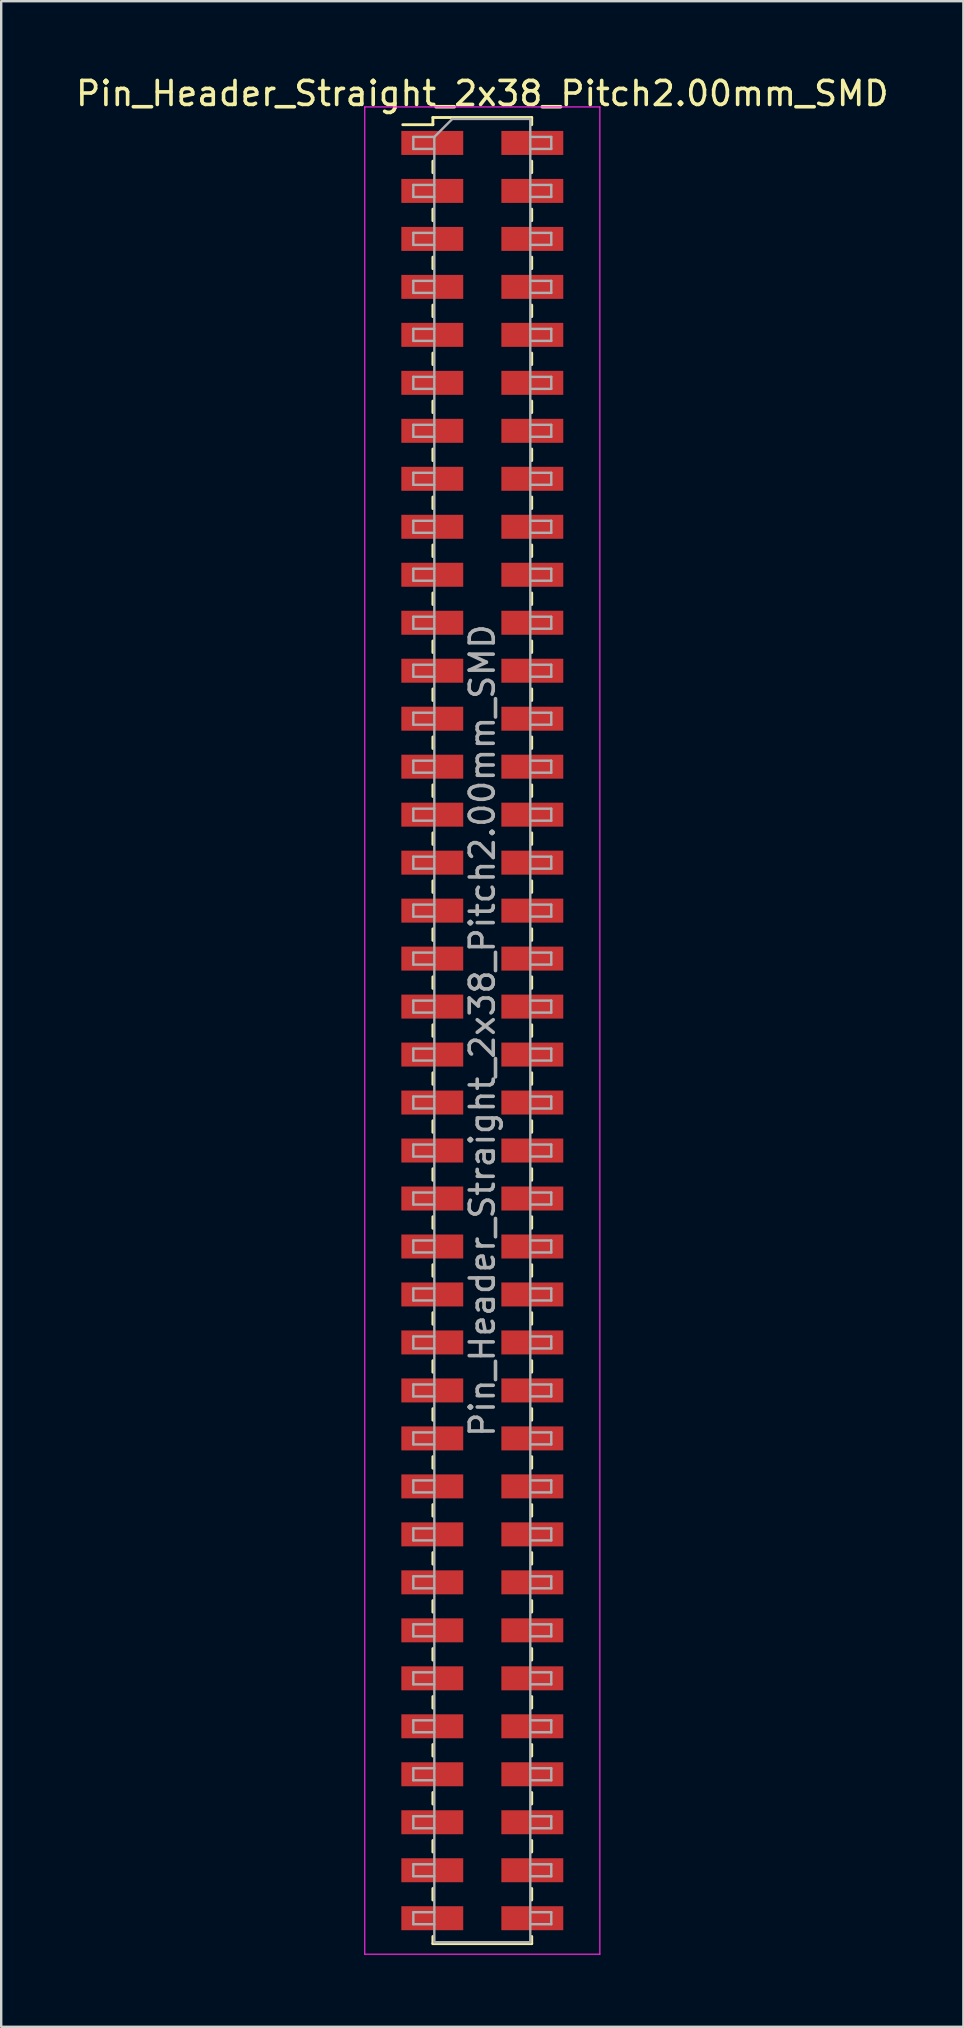
<source format=kicad_pcb>
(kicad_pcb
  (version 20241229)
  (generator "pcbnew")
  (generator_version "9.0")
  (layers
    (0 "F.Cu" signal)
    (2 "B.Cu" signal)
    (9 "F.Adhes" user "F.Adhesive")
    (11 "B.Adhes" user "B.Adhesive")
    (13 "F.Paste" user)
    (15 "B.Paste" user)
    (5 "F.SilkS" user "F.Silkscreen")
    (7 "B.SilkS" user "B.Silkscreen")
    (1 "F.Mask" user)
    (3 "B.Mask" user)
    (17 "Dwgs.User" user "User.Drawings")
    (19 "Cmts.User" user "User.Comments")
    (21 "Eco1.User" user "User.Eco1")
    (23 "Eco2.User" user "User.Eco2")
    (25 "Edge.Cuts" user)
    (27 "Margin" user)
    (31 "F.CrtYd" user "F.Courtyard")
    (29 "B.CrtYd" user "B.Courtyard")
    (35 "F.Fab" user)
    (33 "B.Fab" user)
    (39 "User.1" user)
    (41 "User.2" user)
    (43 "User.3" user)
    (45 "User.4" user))
  (footprint "Pin_Header_Straight_2x38_Pitch2.00mm_SMD"
    (layer "F.Cu")
    (at 17.054 39.908)
    (property "Reference" "Pin_Header_Straight_2x38_Pitch2.00mm_SMD" (at 0 -39.06 0) (layer "F.SilkS") (effects (font (size 1 1) (thickness 0.15))))
    (attr smd)
    (fp_line (start -3.315 -37.76) (end -2.06 -37.76) (stroke (width 0.12) (type solid)) (layer "F.SilkS"))
    (fp_line (start -2.06 -38.06) (end -2.06 -37.76) (stroke (width 0.12) (type solid)) (layer "F.SilkS"))
    (fp_line (start -2.06 -38.06) (end 2.06 -38.06) (stroke (width 0.12) (type solid)) (layer "F.SilkS"))
    (fp_line (start -2.06 -36.24) (end -2.06 -35.76) (stroke (width 0.12) (type solid)) (layer "F.SilkS"))
    (fp_line (start -2.06 -34.24) (end -2.06 -33.76) (stroke (width 0.12) (type solid)) (layer "F.SilkS"))
    (fp_line (start -2.06 -32.24) (end -2.06 -31.76) (stroke (width 0.12) (type solid)) (layer "F.SilkS"))
    (fp_line (start -2.06 -30.24) (end -2.06 -29.76) (stroke (width 0.12) (type solid)) (layer "F.SilkS"))
    (fp_line (start -2.06 -28.24) (end -2.06 -27.76) (stroke (width 0.12) (type solid)) (layer "F.SilkS"))
    (fp_line (start -2.06 -26.24) (end -2.06 -25.76) (stroke (width 0.12) (type solid)) (layer "F.SilkS"))
    (fp_line (start -2.06 -24.24) (end -2.06 -23.76) (stroke (width 0.12) (type solid)) (layer "F.SilkS"))
    (fp_line (start -2.06 -22.24) (end -2.06 -21.76) (stroke (width 0.12) (type solid)) (layer "F.SilkS"))
    (fp_line (start -2.06 -20.24) (end -2.06 -19.76) (stroke (width 0.12) (type solid)) (layer "F.SilkS"))
    (fp_line (start -2.06 -18.24) (end -2.06 -17.76) (stroke (width 0.12) (type solid)) (layer "F.SilkS"))
    (fp_line (start -2.06 -16.24) (end -2.06 -15.76) (stroke (width 0.12) (type solid)) (layer "F.SilkS"))
    (fp_line (start -2.06 -14.24) (end -2.06 -13.76) (stroke (width 0.12) (type solid)) (layer "F.SilkS"))
    (fp_line (start -2.06 -12.24) (end -2.06 -11.76) (stroke (width 0.12) (type solid)) (layer "F.SilkS"))
    (fp_line (start -2.06 -10.24) (end -2.06 -9.76) (stroke (width 0.12) (type solid)) (layer "F.SilkS"))
    (fp_line (start -2.06 -8.24) (end -2.06 -7.76) (stroke (width 0.12) (type solid)) (layer "F.SilkS"))
    (fp_line (start -2.06 -6.24) (end -2.06 -5.76) (stroke (width 0.12) (type solid)) (layer "F.SilkS"))
    (fp_line (start -2.06 -4.24) (end -2.06 -3.76) (stroke (width 0.12) (type solid)) (layer "F.SilkS"))
    (fp_line (start -2.06 -2.24) (end -2.06 -1.76) (stroke (width 0.12) (type solid)) (layer "F.SilkS"))
    (fp_line (start -2.06 -0.24) (end -2.06 0.24) (stroke (width 0.12) (type solid)) (layer "F.SilkS"))
    (fp_line (start -2.06 1.76) (end -2.06 2.24) (stroke (width 0.12) (type solid)) (layer "F.SilkS"))
    (fp_line (start -2.06 3.76) (end -2.06 4.24) (stroke (width 0.12) (type solid)) (layer "F.SilkS"))
    (fp_line (start -2.06 5.76) (end -2.06 6.24) (stroke (width 0.12) (type solid)) (layer "F.SilkS"))
    (fp_line (start -2.06 7.76) (end -2.06 8.24) (stroke (width 0.12) (type solid)) (layer "F.SilkS"))
    (fp_line (start -2.06 9.76) (end -2.06 10.24) (stroke (width 0.12) (type solid)) (layer "F.SilkS"))
    (fp_line (start -2.06 11.76) (end -2.06 12.24) (stroke (width 0.12) (type solid)) (layer "F.SilkS"))
    (fp_line (start -2.06 13.76) (end -2.06 14.24) (stroke (width 0.12) (type solid)) (layer "F.SilkS"))
    (fp_line (start -2.06 15.76) (end -2.06 16.24) (stroke (width 0.12) (type solid)) (layer "F.SilkS"))
    (fp_line (start -2.06 17.76) (end -2.06 18.24) (stroke (width 0.12) (type solid)) (layer "F.SilkS"))
    (fp_line (start -2.06 19.76) (end -2.06 20.24) (stroke (width 0.12) (type solid)) (layer "F.SilkS"))
    (fp_line (start -2.06 21.76) (end -2.06 22.24) (stroke (width 0.12) (type solid)) (layer "F.SilkS"))
    (fp_line (start -2.06 23.76) (end -2.06 24.24) (stroke (width 0.12) (type solid)) (layer "F.SilkS"))
    (fp_line (start -2.06 25.76) (end -2.06 26.24) (stroke (width 0.12) (type solid)) (layer "F.SilkS"))
    (fp_line (start -2.06 27.76) (end -2.06 28.24) (stroke (width 0.12) (type solid)) (layer "F.SilkS"))
    (fp_line (start -2.06 29.76) (end -2.06 30.24) (stroke (width 0.12) (type solid)) (layer "F.SilkS"))
    (fp_line (start -2.06 31.76) (end -2.06 32.24) (stroke (width 0.12) (type solid)) (layer "F.SilkS"))
    (fp_line (start -2.06 33.76) (end -2.06 34.24) (stroke (width 0.12) (type solid)) (layer "F.SilkS"))
    (fp_line (start -2.06 35.76) (end -2.06 36.24) (stroke (width 0.12) (type solid)) (layer "F.SilkS"))
    (fp_line (start -2.06 37.76) (end -2.06 38.06) (stroke (width 0.12) (type solid)) (layer "F.SilkS"))
    (fp_line (start -2.06 38.06) (end 2.06 38.06) (stroke (width 0.12) (type solid)) (layer "F.SilkS"))
    (fp_line (start 2.06 -38.06) (end 2.06 -37.76) (stroke (width 0.12) (type solid)) (layer "F.SilkS"))
    (fp_line (start 2.06 -36.24) (end 2.06 -35.76) (stroke (width 0.12) (type solid)) (layer "F.SilkS"))
    (fp_line (start 2.06 -34.24) (end 2.06 -33.76) (stroke (width 0.12) (type solid)) (layer "F.SilkS"))
    (fp_line (start 2.06 -32.24) (end 2.06 -31.76) (stroke (width 0.12) (type solid)) (layer "F.SilkS"))
    (fp_line (start 2.06 -30.24) (end 2.06 -29.76) (stroke (width 0.12) (type solid)) (layer "F.SilkS"))
    (fp_line (start 2.06 -28.24) (end 2.06 -27.76) (stroke (width 0.12) (type solid)) (layer "F.SilkS"))
    (fp_line (start 2.06 -26.24) (end 2.06 -25.76) (stroke (width 0.12) (type solid)) (layer "F.SilkS"))
    (fp_line (start 2.06 -24.24) (end 2.06 -23.76) (stroke (width 0.12) (type solid)) (layer "F.SilkS"))
    (fp_line (start 2.06 -22.24) (end 2.06 -21.76) (stroke (width 0.12) (type solid)) (layer "F.SilkS"))
    (fp_line (start 2.06 -20.24) (end 2.06 -19.76) (stroke (width 0.12) (type solid)) (layer "F.SilkS"))
    (fp_line (start 2.06 -18.24) (end 2.06 -17.76) (stroke (width 0.12) (type solid)) (layer "F.SilkS"))
    (fp_line (start 2.06 -16.24) (end 2.06 -15.76) (stroke (width 0.12) (type solid)) (layer "F.SilkS"))
    (fp_line (start 2.06 -14.24) (end 2.06 -13.76) (stroke (width 0.12) (type solid)) (layer "F.SilkS"))
    (fp_line (start 2.06 -12.24) (end 2.06 -11.76) (stroke (width 0.12) (type solid)) (layer "F.SilkS"))
    (fp_line (start 2.06 -10.24) (end 2.06 -9.76) (stroke (width 0.12) (type solid)) (layer "F.SilkS"))
    (fp_line (start 2.06 -8.24) (end 2.06 -7.76) (stroke (width 0.12) (type solid)) (layer "F.SilkS"))
    (fp_line (start 2.06 -6.24) (end 2.06 -5.76) (stroke (width 0.12) (type solid)) (layer "F.SilkS"))
    (fp_line (start 2.06 -4.24) (end 2.06 -3.76) (stroke (width 0.12) (type solid)) (layer "F.SilkS"))
    (fp_line (start 2.06 -2.24) (end 2.06 -1.76) (stroke (width 0.12) (type solid)) (layer "F.SilkS"))
    (fp_line (start 2.06 -0.24) (end 2.06 0.24) (stroke (width 0.12) (type solid)) (layer "F.SilkS"))
    (fp_line (start 2.06 1.76) (end 2.06 2.24) (stroke (width 0.12) (type solid)) (layer "F.SilkS"))
    (fp_line (start 2.06 3.76) (end 2.06 4.24) (stroke (width 0.12) (type solid)) (layer "F.SilkS"))
    (fp_line (start 2.06 5.76) (end 2.06 6.24) (stroke (width 0.12) (type solid)) (layer "F.SilkS"))
    (fp_line (start 2.06 7.76) (end 2.06 8.24) (stroke (width 0.12) (type solid)) (layer "F.SilkS"))
    (fp_line (start 2.06 9.76) (end 2.06 10.24) (stroke (width 0.12) (type solid)) (layer "F.SilkS"))
    (fp_line (start 2.06 11.76) (end 2.06 12.24) (stroke (width 0.12) (type solid)) (layer "F.SilkS"))
    (fp_line (start 2.06 13.76) (end 2.06 14.24) (stroke (width 0.12) (type solid)) (layer "F.SilkS"))
    (fp_line (start 2.06 15.76) (end 2.06 16.24) (stroke (width 0.12) (type solid)) (layer "F.SilkS"))
    (fp_line (start 2.06 17.76) (end 2.06 18.24) (stroke (width 0.12) (type solid)) (layer "F.SilkS"))
    (fp_line (start 2.06 19.76) (end 2.06 20.24) (stroke (width 0.12) (type solid)) (layer "F.SilkS"))
    (fp_line (start 2.06 21.76) (end 2.06 22.24) (stroke (width 0.12) (type solid)) (layer "F.SilkS"))
    (fp_line (start 2.06 23.76) (end 2.06 24.24) (stroke (width 0.12) (type solid)) (layer "F.SilkS"))
    (fp_line (start 2.06 25.76) (end 2.06 26.24) (stroke (width 0.12) (type solid)) (layer "F.SilkS"))
    (fp_line (start 2.06 27.76) (end 2.06 28.24) (stroke (width 0.12) (type solid)) (layer "F.SilkS"))
    (fp_line (start 2.06 29.76) (end 2.06 30.24) (stroke (width 0.12) (type solid)) (layer "F.SilkS"))
    (fp_line (start 2.06 31.76) (end 2.06 32.24) (stroke (width 0.12) (type solid)) (layer "F.SilkS"))
    (fp_line (start 2.06 33.76) (end 2.06 34.24) (stroke (width 0.12) (type solid)) (layer "F.SilkS"))
    (fp_line (start 2.06 35.76) (end 2.06 36.24) (stroke (width 0.12) (type solid)) (layer "F.SilkS"))
    (fp_line (start 2.06 37.76) (end 2.06 38.06) (stroke (width 0.12) (type solid)) (layer "F.SilkS"))
    (fp_line (start -4.9 -38.5) (end -4.9 38.5) (stroke (width 0.05) (type solid)) (layer "F.CrtYd"))
    (fp_line (start -4.9 38.5) (end 4.9 38.5) (stroke (width 0.05) (type solid)) (layer "F.CrtYd"))
    (fp_line (start 4.9 -38.5) (end -4.9 -38.5) (stroke (width 0.05) (type solid)) (layer "F.CrtYd"))
    (fp_line (start 4.9 38.5) (end 4.9 -38.5) (stroke (width 0.05) (type solid)) (layer "F.CrtYd"))
    (fp_line (start -2.875 -37.25) (end -2.875 -36.75) (stroke (width 0.1) (type solid)) (layer "F.Fab"))
    (fp_line (start -2.875 -36.75) (end -2 -36.75) (stroke (width 0.1) (type solid)) (layer "F.Fab"))
    (fp_line (start -2.875 -35.25) (end -2.875 -34.75) (stroke (width 0.1) (type solid)) (layer "F.Fab"))
    (fp_line (start -2.875 -34.75) (end -2 -34.75) (stroke (width 0.1) (type solid)) (layer "F.Fab"))
    (fp_line (start -2.875 -33.25) (end -2.875 -32.75) (stroke (width 0.1) (type solid)) (layer "F.Fab"))
    (fp_line (start -2.875 -32.75) (end -2 -32.75) (stroke (width 0.1) (type solid)) (layer "F.Fab"))
    (fp_line (start -2.875 -31.25) (end -2.875 -30.75) (stroke (width 0.1) (type solid)) (layer "F.Fab"))
    (fp_line (start -2.875 -30.75) (end -2 -30.75) (stroke (width 0.1) (type solid)) (layer "F.Fab"))
    (fp_line (start -2.875 -29.25) (end -2.875 -28.75) (stroke (width 0.1) (type solid)) (layer "F.Fab"))
    (fp_line (start -2.875 -28.75) (end -2 -28.75) (stroke (width 0.1) (type solid)) (layer "F.Fab"))
    (fp_line (start -2.875 -27.25) (end -2.875 -26.75) (stroke (width 0.1) (type solid)) (layer "F.Fab"))
    (fp_line (start -2.875 -26.75) (end -2 -26.75) (stroke (width 0.1) (type solid)) (layer "F.Fab"))
    (fp_line (start -2.875 -25.25) (end -2.875 -24.75) (stroke (width 0.1) (type solid)) (layer "F.Fab"))
    (fp_line (start -2.875 -24.75) (end -2 -24.75) (stroke (width 0.1) (type solid)) (layer "F.Fab"))
    (fp_line (start -2.875 -23.25) (end -2.875 -22.75) (stroke (width 0.1) (type solid)) (layer "F.Fab"))
    (fp_line (start -2.875 -22.75) (end -2 -22.75) (stroke (width 0.1) (type solid)) (layer "F.Fab"))
    (fp_line (start -2.875 -21.25) (end -2.875 -20.75) (stroke (width 0.1) (type solid)) (layer "F.Fab"))
    (fp_line (start -2.875 -20.75) (end -2 -20.75) (stroke (width 0.1) (type solid)) (layer "F.Fab"))
    (fp_line (start -2.875 -19.25) (end -2.875 -18.75) (stroke (width 0.1) (type solid)) (layer "F.Fab"))
    (fp_line (start -2.875 -18.75) (end -2 -18.75) (stroke (width 0.1) (type solid)) (layer "F.Fab"))
    (fp_line (start -2.875 -17.25) (end -2.875 -16.75) (stroke (width 0.1) (type solid)) (layer "F.Fab"))
    (fp_line (start -2.875 -16.75) (end -2 -16.75) (stroke (width 0.1) (type solid)) (layer "F.Fab"))
    (fp_line (start -2.875 -15.25) (end -2.875 -14.75) (stroke (width 0.1) (type solid)) (layer "F.Fab"))
    (fp_line (start -2.875 -14.75) (end -2 -14.75) (stroke (width 0.1) (type solid)) (layer "F.Fab"))
    (fp_line (start -2.875 -13.25) (end -2.875 -12.75) (stroke (width 0.1) (type solid)) (layer "F.Fab"))
    (fp_line (start -2.875 -12.75) (end -2 -12.75) (stroke (width 0.1) (type solid)) (layer "F.Fab"))
    (fp_line (start -2.875 -11.25) (end -2.875 -10.75) (stroke (width 0.1) (type solid)) (layer "F.Fab"))
    (fp_line (start -2.875 -10.75) (end -2 -10.75) (stroke (width 0.1) (type solid)) (layer "F.Fab"))
    (fp_line (start -2.875 -9.25) (end -2.875 -8.75) (stroke (width 0.1) (type solid)) (layer "F.Fab"))
    (fp_line (start -2.875 -8.75) (end -2 -8.75) (stroke (width 0.1) (type solid)) (layer "F.Fab"))
    (fp_line (start -2.875 -7.25) (end -2.875 -6.75) (stroke (width 0.1) (type solid)) (layer "F.Fab"))
    (fp_line (start -2.875 -6.75) (end -2 -6.75) (stroke (width 0.1) (type solid)) (layer "F.Fab"))
    (fp_line (start -2.875 -5.25) (end -2.875 -4.75) (stroke (width 0.1) (type solid)) (layer "F.Fab"))
    (fp_line (start -2.875 -4.75) (end -2 -4.75) (stroke (width 0.1) (type solid)) (layer "F.Fab"))
    (fp_line (start -2.875 -3.25) (end -2.875 -2.75) (stroke (width 0.1) (type solid)) (layer "F.Fab"))
    (fp_line (start -2.875 -2.75) (end -2 -2.75) (stroke (width 0.1) (type solid)) (layer "F.Fab"))
    (fp_line (start -2.875 -1.25) (end -2.875 -0.75) (stroke (width 0.1) (type solid)) (layer "F.Fab"))
    (fp_line (start -2.875 -0.75) (end -2 -0.75) (stroke (width 0.1) (type solid)) (layer "F.Fab"))
    (fp_line (start -2.875 0.75) (end -2.875 1.25) (stroke (width 0.1) (type solid)) (layer "F.Fab"))
    (fp_line (start -2.875 1.25) (end -2 1.25) (stroke (width 0.1) (type solid)) (layer "F.Fab"))
    (fp_line (start -2.875 2.75) (end -2.875 3.25) (stroke (width 0.1) (type solid)) (layer "F.Fab"))
    (fp_line (start -2.875 3.25) (end -2 3.25) (stroke (width 0.1) (type solid)) (layer "F.Fab"))
    (fp_line (start -2.875 4.75) (end -2.875 5.25) (stroke (width 0.1) (type solid)) (layer "F.Fab"))
    (fp_line (start -2.875 5.25) (end -2 5.25) (stroke (width 0.1) (type solid)) (layer "F.Fab"))
    (fp_line (start -2.875 6.75) (end -2.875 7.25) (stroke (width 0.1) (type solid)) (layer "F.Fab"))
    (fp_line (start -2.875 7.25) (end -2 7.25) (stroke (width 0.1) (type solid)) (layer "F.Fab"))
    (fp_line (start -2.875 8.75) (end -2.875 9.25) (stroke (width 0.1) (type solid)) (layer "F.Fab"))
    (fp_line (start -2.875 9.25) (end -2 9.25) (stroke (width 0.1) (type solid)) (layer "F.Fab"))
    (fp_line (start -2.875 10.75) (end -2.875 11.25) (stroke (width 0.1) (type solid)) (layer "F.Fab"))
    (fp_line (start -2.875 11.25) (end -2 11.25) (stroke (width 0.1) (type solid)) (layer "F.Fab"))
    (fp_line (start -2.875 12.75) (end -2.875 13.25) (stroke (width 0.1) (type solid)) (layer "F.Fab"))
    (fp_line (start -2.875 13.25) (end -2 13.25) (stroke (width 0.1) (type solid)) (layer "F.Fab"))
    (fp_line (start -2.875 14.75) (end -2.875 15.25) (stroke (width 0.1) (type solid)) (layer "F.Fab"))
    (fp_line (start -2.875 15.25) (end -2 15.25) (stroke (width 0.1) (type solid)) (layer "F.Fab"))
    (fp_line (start -2.875 16.75) (end -2.875 17.25) (stroke (width 0.1) (type solid)) (layer "F.Fab"))
    (fp_line (start -2.875 17.25) (end -2 17.25) (stroke (width 0.1) (type solid)) (layer "F.Fab"))
    (fp_line (start -2.875 18.75) (end -2.875 19.25) (stroke (width 0.1) (type solid)) (layer "F.Fab"))
    (fp_line (start -2.875 19.25) (end -2 19.25) (stroke (width 0.1) (type solid)) (layer "F.Fab"))
    (fp_line (start -2.875 20.75) (end -2.875 21.25) (stroke (width 0.1) (type solid)) (layer "F.Fab"))
    (fp_line (start -2.875 21.25) (end -2 21.25) (stroke (width 0.1) (type solid)) (layer "F.Fab"))
    (fp_line (start -2.875 22.75) (end -2.875 23.25) (stroke (width 0.1) (type solid)) (layer "F.Fab"))
    (fp_line (start -2.875 23.25) (end -2 23.25) (stroke (width 0.1) (type solid)) (layer "F.Fab"))
    (fp_line (start -2.875 24.75) (end -2.875 25.25) (stroke (width 0.1) (type solid)) (layer "F.Fab"))
    (fp_line (start -2.875 25.25) (end -2 25.25) (stroke (width 0.1) (type solid)) (layer "F.Fab"))
    (fp_line (start -2.875 26.75) (end -2.875 27.25) (stroke (width 0.1) (type solid)) (layer "F.Fab"))
    (fp_line (start -2.875 27.25) (end -2 27.25) (stroke (width 0.1) (type solid)) (layer "F.Fab"))
    (fp_line (start -2.875 28.75) (end -2.875 29.25) (stroke (width 0.1) (type solid)) (layer "F.Fab"))
    (fp_line (start -2.875 29.25) (end -2 29.25) (stroke (width 0.1) (type solid)) (layer "F.Fab"))
    (fp_line (start -2.875 30.75) (end -2.875 31.25) (stroke (width 0.1) (type solid)) (layer "F.Fab"))
    (fp_line (start -2.875 31.25) (end -2 31.25) (stroke (width 0.1) (type solid)) (layer "F.Fab"))
    (fp_line (start -2.875 32.75) (end -2.875 33.25) (stroke (width 0.1) (type solid)) (layer "F.Fab"))
    (fp_line (start -2.875 33.25) (end -2 33.25) (stroke (width 0.1) (type solid)) (layer "F.Fab"))
    (fp_line (start -2.875 34.75) (end -2.875 35.25) (stroke (width 0.1) (type solid)) (layer "F.Fab"))
    (fp_line (start -2.875 35.25) (end -2 35.25) (stroke (width 0.1) (type solid)) (layer "F.Fab"))
    (fp_line (start -2.875 36.75) (end -2.875 37.25) (stroke (width 0.1) (type solid)) (layer "F.Fab"))
    (fp_line (start -2.875 37.25) (end -2 37.25) (stroke (width 0.1) (type solid)) (layer "F.Fab"))
    (fp_line (start -2 -37.25) (end -2.875 -37.25) (stroke (width 0.1) (type solid)) (layer "F.Fab"))
    (fp_line (start -2 -37.25) (end -1.25 -38) (stroke (width 0.1) (type solid)) (layer "F.Fab"))
    (fp_line (start -2 -35.25) (end -2.875 -35.25) (stroke (width 0.1) (type solid)) (layer "F.Fab"))
    (fp_line (start -2 -33.25) (end -2.875 -33.25) (stroke (width 0.1) (type solid)) (layer "F.Fab"))
    (fp_line (start -2 -31.25) (end -2.875 -31.25) (stroke (width 0.1) (type solid)) (layer "F.Fab"))
    (fp_line (start -2 -29.25) (end -2.875 -29.25) (stroke (width 0.1) (type solid)) (layer "F.Fab"))
    (fp_line (start -2 -27.25) (end -2.875 -27.25) (stroke (width 0.1) (type solid)) (layer "F.Fab"))
    (fp_line (start -2 -25.25) (end -2.875 -25.25) (stroke (width 0.1) (type solid)) (layer "F.Fab"))
    (fp_line (start -2 -23.25) (end -2.875 -23.25) (stroke (width 0.1) (type solid)) (layer "F.Fab"))
    (fp_line (start -2 -21.25) (end -2.875 -21.25) (stroke (width 0.1) (type solid)) (layer "F.Fab"))
    (fp_line (start -2 -19.25) (end -2.875 -19.25) (stroke (width 0.1) (type solid)) (layer "F.Fab"))
    (fp_line (start -2 -17.25) (end -2.875 -17.25) (stroke (width 0.1) (type solid)) (layer "F.Fab"))
    (fp_line (start -2 -15.25) (end -2.875 -15.25) (stroke (width 0.1) (type solid)) (layer "F.Fab"))
    (fp_line (start -2 -13.25) (end -2.875 -13.25) (stroke (width 0.1) (type solid)) (layer "F.Fab"))
    (fp_line (start -2 -11.25) (end -2.875 -11.25) (stroke (width 0.1) (type solid)) (layer "F.Fab"))
    (fp_line (start -2 -9.25) (end -2.875 -9.25) (stroke (width 0.1) (type solid)) (layer "F.Fab"))
    (fp_line (start -2 -7.25) (end -2.875 -7.25) (stroke (width 0.1) (type solid)) (layer "F.Fab"))
    (fp_line (start -2 -5.25) (end -2.875 -5.25) (stroke (width 0.1) (type solid)) (layer "F.Fab"))
    (fp_line (start -2 -3.25) (end -2.875 -3.25) (stroke (width 0.1) (type solid)) (layer "F.Fab"))
    (fp_line (start -2 -1.25) (end -2.875 -1.25) (stroke (width 0.1) (type solid)) (layer "F.Fab"))
    (fp_line (start -2 0.75) (end -2.875 0.75) (stroke (width 0.1) (type solid)) (layer "F.Fab"))
    (fp_line (start -2 2.75) (end -2.875 2.75) (stroke (width 0.1) (type solid)) (layer "F.Fab"))
    (fp_line (start -2 4.75) (end -2.875 4.75) (stroke (width 0.1) (type solid)) (layer "F.Fab"))
    (fp_line (start -2 6.75) (end -2.875 6.75) (stroke (width 0.1) (type solid)) (layer "F.Fab"))
    (fp_line (start -2 8.75) (end -2.875 8.75) (stroke (width 0.1) (type solid)) (layer "F.Fab"))
    (fp_line (start -2 10.75) (end -2.875 10.75) (stroke (width 0.1) (type solid)) (layer "F.Fab"))
    (fp_line (start -2 12.75) (end -2.875 12.75) (stroke (width 0.1) (type solid)) (layer "F.Fab"))
    (fp_line (start -2 14.75) (end -2.875 14.75) (stroke (width 0.1) (type solid)) (layer "F.Fab"))
    (fp_line (start -2 16.75) (end -2.875 16.75) (stroke (width 0.1) (type solid)) (layer "F.Fab"))
    (fp_line (start -2 18.75) (end -2.875 18.75) (stroke (width 0.1) (type solid)) (layer "F.Fab"))
    (fp_line (start -2 20.75) (end -2.875 20.75) (stroke (width 0.1) (type solid)) (layer "F.Fab"))
    (fp_line (start -2 22.75) (end -2.875 22.75) (stroke (width 0.1) (type solid)) (layer "F.Fab"))
    (fp_line (start -2 24.75) (end -2.875 24.75) (stroke (width 0.1) (type solid)) (layer "F.Fab"))
    (fp_line (start -2 26.75) (end -2.875 26.75) (stroke (width 0.1) (type solid)) (layer "F.Fab"))
    (fp_line (start -2 28.75) (end -2.875 28.75) (stroke (width 0.1) (type solid)) (layer "F.Fab"))
    (fp_line (start -2 30.75) (end -2.875 30.75) (stroke (width 0.1) (type solid)) (layer "F.Fab"))
    (fp_line (start -2 32.75) (end -2.875 32.75) (stroke (width 0.1) (type solid)) (layer "F.Fab"))
    (fp_line (start -2 34.75) (end -2.875 34.75) (stroke (width 0.1) (type solid)) (layer "F.Fab"))
    (fp_line (start -2 36.75) (end -2.875 36.75) (stroke (width 0.1) (type solid)) (layer "F.Fab"))
    (fp_line (start -2 38) (end -2 -37.25) (stroke (width 0.1) (type solid)) (layer "F.Fab"))
    (fp_line (start -1.25 -38) (end 2 -38) (stroke (width 0.1) (type solid)) (layer "F.Fab"))
    (fp_line (start 2 -38) (end 2 38) (stroke (width 0.1) (type solid)) (layer "F.Fab"))
    (fp_line (start 2 -37.25) (end 2.875 -37.25) (stroke (width 0.1) (type solid)) (layer "F.Fab"))
    (fp_line (start 2 -35.25) (end 2.875 -35.25) (stroke (width 0.1) (type solid)) (layer "F.Fab"))
    (fp_line (start 2 -33.25) (end 2.875 -33.25) (stroke (width 0.1) (type solid)) (layer "F.Fab"))
    (fp_line (start 2 -31.25) (end 2.875 -31.25) (stroke (width 0.1) (type solid)) (layer "F.Fab"))
    (fp_line (start 2 -29.25) (end 2.875 -29.25) (stroke (width 0.1) (type solid)) (layer "F.Fab"))
    (fp_line (start 2 -27.25) (end 2.875 -27.25) (stroke (width 0.1) (type solid)) (layer "F.Fab"))
    (fp_line (start 2 -25.25) (end 2.875 -25.25) (stroke (width 0.1) (type solid)) (layer "F.Fab"))
    (fp_line (start 2 -23.25) (end 2.875 -23.25) (stroke (width 0.1) (type solid)) (layer "F.Fab"))
    (fp_line (start 2 -21.25) (end 2.875 -21.25) (stroke (width 0.1) (type solid)) (layer "F.Fab"))
    (fp_line (start 2 -19.25) (end 2.875 -19.25) (stroke (width 0.1) (type solid)) (layer "F.Fab"))
    (fp_line (start 2 -17.25) (end 2.875 -17.25) (stroke (width 0.1) (type solid)) (layer "F.Fab"))
    (fp_line (start 2 -15.25) (end 2.875 -15.25) (stroke (width 0.1) (type solid)) (layer "F.Fab"))
    (fp_line (start 2 -13.25) (end 2.875 -13.25) (stroke (width 0.1) (type solid)) (layer "F.Fab"))
    (fp_line (start 2 -11.25) (end 2.875 -11.25) (stroke (width 0.1) (type solid)) (layer "F.Fab"))
    (fp_line (start 2 -9.25) (end 2.875 -9.25) (stroke (width 0.1) (type solid)) (layer "F.Fab"))
    (fp_line (start 2 -7.25) (end 2.875 -7.25) (stroke (width 0.1) (type solid)) (layer "F.Fab"))
    (fp_line (start 2 -5.25) (end 2.875 -5.25) (stroke (width 0.1) (type solid)) (layer "F.Fab"))
    (fp_line (start 2 -3.25) (end 2.875 -3.25) (stroke (width 0.1) (type solid)) (layer "F.Fab"))
    (fp_line (start 2 -1.25) (end 2.875 -1.25) (stroke (width 0.1) (type solid)) (layer "F.Fab"))
    (fp_line (start 2 0.75) (end 2.875 0.75) (stroke (width 0.1) (type solid)) (layer "F.Fab"))
    (fp_line (start 2 2.75) (end 2.875 2.75) (stroke (width 0.1) (type solid)) (layer "F.Fab"))
    (fp_line (start 2 4.75) (end 2.875 4.75) (stroke (width 0.1) (type solid)) (layer "F.Fab"))
    (fp_line (start 2 6.75) (end 2.875 6.75) (stroke (width 0.1) (type solid)) (layer "F.Fab"))
    (fp_line (start 2 8.75) (end 2.875 8.75) (stroke (width 0.1) (type solid)) (layer "F.Fab"))
    (fp_line (start 2 10.75) (end 2.875 10.75) (stroke (width 0.1) (type solid)) (layer "F.Fab"))
    (fp_line (start 2 12.75) (end 2.875 12.75) (stroke (width 0.1) (type solid)) (layer "F.Fab"))
    (fp_line (start 2 14.75) (end 2.875 14.75) (stroke (width 0.1) (type solid)) (layer "F.Fab"))
    (fp_line (start 2 16.75) (end 2.875 16.75) (stroke (width 0.1) (type solid)) (layer "F.Fab"))
    (fp_line (start 2 18.75) (end 2.875 18.75) (stroke (width 0.1) (type solid)) (layer "F.Fab"))
    (fp_line (start 2 20.75) (end 2.875 20.75) (stroke (width 0.1) (type solid)) (layer "F.Fab"))
    (fp_line (start 2 22.75) (end 2.875 22.75) (stroke (width 0.1) (type solid)) (layer "F.Fab"))
    (fp_line (start 2 24.75) (end 2.875 24.75) (stroke (width 0.1) (type solid)) (layer "F.Fab"))
    (fp_line (start 2 26.75) (end 2.875 26.75) (stroke (width 0.1) (type solid)) (layer "F.Fab"))
    (fp_line (start 2 28.75) (end 2.875 28.75) (stroke (width 0.1) (type solid)) (layer "F.Fab"))
    (fp_line (start 2 30.75) (end 2.875 30.75) (stroke (width 0.1) (type solid)) (layer "F.Fab"))
    (fp_line (start 2 32.75) (end 2.875 32.75) (stroke (width 0.1) (type solid)) (layer "F.Fab"))
    (fp_line (start 2 34.75) (end 2.875 34.75) (stroke (width 0.1) (type solid)) (layer "F.Fab"))
    (fp_line (start 2 36.75) (end 2.875 36.75) (stroke (width 0.1) (type solid)) (layer "F.Fab"))
    (fp_line (start 2 38) (end -2 38) (stroke (width 0.1) (type solid)) (layer "F.Fab"))
    (fp_line (start 2.875 -37.25) (end 2.875 -36.75) (stroke (width 0.1) (type solid)) (layer "F.Fab"))
    (fp_line (start 2.875 -36.75) (end 2 -36.75) (stroke (width 0.1) (type solid)) (layer "F.Fab"))
    (fp_line (start 2.875 -35.25) (end 2.875 -34.75) (stroke (width 0.1) (type solid)) (layer "F.Fab"))
    (fp_line (start 2.875 -34.75) (end 2 -34.75) (stroke (width 0.1) (type solid)) (layer "F.Fab"))
    (fp_line (start 2.875 -33.25) (end 2.875 -32.75) (stroke (width 0.1) (type solid)) (layer "F.Fab"))
    (fp_line (start 2.875 -32.75) (end 2 -32.75) (stroke (width 0.1) (type solid)) (layer "F.Fab"))
    (fp_line (start 2.875 -31.25) (end 2.875 -30.75) (stroke (width 0.1) (type solid)) (layer "F.Fab"))
    (fp_line (start 2.875 -30.75) (end 2 -30.75) (stroke (width 0.1) (type solid)) (layer "F.Fab"))
    (fp_line (start 2.875 -29.25) (end 2.875 -28.75) (stroke (width 0.1) (type solid)) (layer "F.Fab"))
    (fp_line (start 2.875 -28.75) (end 2 -28.75) (stroke (width 0.1) (type solid)) (layer "F.Fab"))
    (fp_line (start 2.875 -27.25) (end 2.875 -26.75) (stroke (width 0.1) (type solid)) (layer "F.Fab"))
    (fp_line (start 2.875 -26.75) (end 2 -26.75) (stroke (width 0.1) (type solid)) (layer "F.Fab"))
    (fp_line (start 2.875 -25.25) (end 2.875 -24.75) (stroke (width 0.1) (type solid)) (layer "F.Fab"))
    (fp_line (start 2.875 -24.75) (end 2 -24.75) (stroke (width 0.1) (type solid)) (layer "F.Fab"))
    (fp_line (start 2.875 -23.25) (end 2.875 -22.75) (stroke (width 0.1) (type solid)) (layer "F.Fab"))
    (fp_line (start 2.875 -22.75) (end 2 -22.75) (stroke (width 0.1) (type solid)) (layer "F.Fab"))
    (fp_line (start 2.875 -21.25) (end 2.875 -20.75) (stroke (width 0.1) (type solid)) (layer "F.Fab"))
    (fp_line (start 2.875 -20.75) (end 2 -20.75) (stroke (width 0.1) (type solid)) (layer "F.Fab"))
    (fp_line (start 2.875 -19.25) (end 2.875 -18.75) (stroke (width 0.1) (type solid)) (layer "F.Fab"))
    (fp_line (start 2.875 -18.75) (end 2 -18.75) (stroke (width 0.1) (type solid)) (layer "F.Fab"))
    (fp_line (start 2.875 -17.25) (end 2.875 -16.75) (stroke (width 0.1) (type solid)) (layer "F.Fab"))
    (fp_line (start 2.875 -16.75) (end 2 -16.75) (stroke (width 0.1) (type solid)) (layer "F.Fab"))
    (fp_line (start 2.875 -15.25) (end 2.875 -14.75) (stroke (width 0.1) (type solid)) (layer "F.Fab"))
    (fp_line (start 2.875 -14.75) (end 2 -14.75) (stroke (width 0.1) (type solid)) (layer "F.Fab"))
    (fp_line (start 2.875 -13.25) (end 2.875 -12.75) (stroke (width 0.1) (type solid)) (layer "F.Fab"))
    (fp_line (start 2.875 -12.75) (end 2 -12.75) (stroke (width 0.1) (type solid)) (layer "F.Fab"))
    (fp_line (start 2.875 -11.25) (end 2.875 -10.75) (stroke (width 0.1) (type solid)) (layer "F.Fab"))
    (fp_line (start 2.875 -10.75) (end 2 -10.75) (stroke (width 0.1) (type solid)) (layer "F.Fab"))
    (fp_line (start 2.875 -9.25) (end 2.875 -8.75) (stroke (width 0.1) (type solid)) (layer "F.Fab"))
    (fp_line (start 2.875 -8.75) (end 2 -8.75) (stroke (width 0.1) (type solid)) (layer "F.Fab"))
    (fp_line (start 2.875 -7.25) (end 2.875 -6.75) (stroke (width 0.1) (type solid)) (layer "F.Fab"))
    (fp_line (start 2.875 -6.75) (end 2 -6.75) (stroke (width 0.1) (type solid)) (layer "F.Fab"))
    (fp_line (start 2.875 -5.25) (end 2.875 -4.75) (stroke (width 0.1) (type solid)) (layer "F.Fab"))
    (fp_line (start 2.875 -4.75) (end 2 -4.75) (stroke (width 0.1) (type solid)) (layer "F.Fab"))
    (fp_line (start 2.875 -3.25) (end 2.875 -2.75) (stroke (width 0.1) (type solid)) (layer "F.Fab"))
    (fp_line (start 2.875 -2.75) (end 2 -2.75) (stroke (width 0.1) (type solid)) (layer "F.Fab"))
    (fp_line (start 2.875 -1.25) (end 2.875 -0.75) (stroke (width 0.1) (type solid)) (layer "F.Fab"))
    (fp_line (start 2.875 -0.75) (end 2 -0.75) (stroke (width 0.1) (type solid)) (layer "F.Fab"))
    (fp_line (start 2.875 0.75) (end 2.875 1.25) (stroke (width 0.1) (type solid)) (layer "F.Fab"))
    (fp_line (start 2.875 1.25) (end 2 1.25) (stroke (width 0.1) (type solid)) (layer "F.Fab"))
    (fp_line (start 2.875 2.75) (end 2.875 3.25) (stroke (width 0.1) (type solid)) (layer "F.Fab"))
    (fp_line (start 2.875 3.25) (end 2 3.25) (stroke (width 0.1) (type solid)) (layer "F.Fab"))
    (fp_line (start 2.875 4.75) (end 2.875 5.25) (stroke (width 0.1) (type solid)) (layer "F.Fab"))
    (fp_line (start 2.875 5.25) (end 2 5.25) (stroke (width 0.1) (type solid)) (layer "F.Fab"))
    (fp_line (start 2.875 6.75) (end 2.875 7.25) (stroke (width 0.1) (type solid)) (layer "F.Fab"))
    (fp_line (start 2.875 7.25) (end 2 7.25) (stroke (width 0.1) (type solid)) (layer "F.Fab"))
    (fp_line (start 2.875 8.75) (end 2.875 9.25) (stroke (width 0.1) (type solid)) (layer "F.Fab"))
    (fp_line (start 2.875 9.25) (end 2 9.25) (stroke (width 0.1) (type solid)) (layer "F.Fab"))
    (fp_line (start 2.875 10.75) (end 2.875 11.25) (stroke (width 0.1) (type solid)) (layer "F.Fab"))
    (fp_line (start 2.875 11.25) (end 2 11.25) (stroke (width 0.1) (type solid)) (layer "F.Fab"))
    (fp_line (start 2.875 12.75) (end 2.875 13.25) (stroke (width 0.1) (type solid)) (layer "F.Fab"))
    (fp_line (start 2.875 13.25) (end 2 13.25) (stroke (width 0.1) (type solid)) (layer "F.Fab"))
    (fp_line (start 2.875 14.75) (end 2.875 15.25) (stroke (width 0.1) (type solid)) (layer "F.Fab"))
    (fp_line (start 2.875 15.25) (end 2 15.25) (stroke (width 0.1) (type solid)) (layer "F.Fab"))
    (fp_line (start 2.875 16.75) (end 2.875 17.25) (stroke (width 0.1) (type solid)) (layer "F.Fab"))
    (fp_line (start 2.875 17.25) (end 2 17.25) (stroke (width 0.1) (type solid)) (layer "F.Fab"))
    (fp_line (start 2.875 18.75) (end 2.875 19.25) (stroke (width 0.1) (type solid)) (layer "F.Fab"))
    (fp_line (start 2.875 19.25) (end 2 19.25) (stroke (width 0.1) (type solid)) (layer "F.Fab"))
    (fp_line (start 2.875 20.75) (end 2.875 21.25) (stroke (width 0.1) (type solid)) (layer "F.Fab"))
    (fp_line (start 2.875 21.25) (end 2 21.25) (stroke (width 0.1) (type solid)) (layer "F.Fab"))
    (fp_line (start 2.875 22.75) (end 2.875 23.25) (stroke (width 0.1) (type solid)) (layer "F.Fab"))
    (fp_line (start 2.875 23.25) (end 2 23.25) (stroke (width 0.1) (type solid)) (layer "F.Fab"))
    (fp_line (start 2.875 24.75) (end 2.875 25.25) (stroke (width 0.1) (type solid)) (layer "F.Fab"))
    (fp_line (start 2.875 25.25) (end 2 25.25) (stroke (width 0.1) (type solid)) (layer "F.Fab"))
    (fp_line (start 2.875 26.75) (end 2.875 27.25) (stroke (width 0.1) (type solid)) (layer "F.Fab"))
    (fp_line (start 2.875 27.25) (end 2 27.25) (stroke (width 0.1) (type solid)) (layer "F.Fab"))
    (fp_line (start 2.875 28.75) (end 2.875 29.25) (stroke (width 0.1) (type solid)) (layer "F.Fab"))
    (fp_line (start 2.875 29.25) (end 2 29.25) (stroke (width 0.1) (type solid)) (layer "F.Fab"))
    (fp_line (start 2.875 30.75) (end 2.875 31.25) (stroke (width 0.1) (type solid)) (layer "F.Fab"))
    (fp_line (start 2.875 31.25) (end 2 31.25) (stroke (width 0.1) (type solid)) (layer "F.Fab"))
    (fp_line (start 2.875 32.75) (end 2.875 33.25) (stroke (width 0.1) (type solid)) (layer "F.Fab"))
    (fp_line (start 2.875 33.25) (end 2 33.25) (stroke (width 0.1) (type solid)) (layer "F.Fab"))
    (fp_line (start 2.875 34.75) (end 2.875 35.25) (stroke (width 0.1) (type solid)) (layer "F.Fab"))
    (fp_line (start 2.875 35.25) (end 2 35.25) (stroke (width 0.1) (type solid)) (layer "F.Fab"))
    (fp_line (start 2.875 36.75) (end 2.875 37.25) (stroke (width 0.1) (type solid)) (layer "F.Fab"))
    (fp_line (start 2.875 37.25) (end 2 37.25) (stroke (width 0.1) (type solid)) (layer "F.Fab"))
    (fp_text user "${REFERENCE}" (at 0 0 90) (layer "F.Fab") (effects (font (size 1 1) (thickness 0.15))))
    (pad "1" smd rect (at -2.085 -37) (size 2.58 1) (layers "F.Cu" "F.Mask" "F.Paste"))
    (pad "2" smd rect (at 2.085 -37) (size 2.58 1) (layers "F.Cu" "F.Mask" "F.Paste"))
    (pad "3" smd rect (at -2.085 -35) (size 2.58 1) (layers "F.Cu" "F.Mask" "F.Paste"))
    (pad "4" smd rect (at 2.085 -35) (size 2.58 1) (layers "F.Cu" "F.Mask" "F.Paste"))
    (pad "5" smd rect (at -2.085 -33) (size 2.58 1) (layers "F.Cu" "F.Mask" "F.Paste"))
    (pad "6" smd rect (at 2.085 -33) (size 2.58 1) (layers "F.Cu" "F.Mask" "F.Paste"))
    (pad "7" smd rect (at -2.085 -31) (size 2.58 1) (layers "F.Cu" "F.Mask" "F.Paste"))
    (pad "8" smd rect (at 2.085 -31) (size 2.58 1) (layers "F.Cu" "F.Mask" "F.Paste"))
    (pad "9" smd rect (at -2.085 -29) (size 2.58 1) (layers "F.Cu" "F.Mask" "F.Paste"))
    (pad "10" smd rect (at 2.085 -29) (size 2.58 1) (layers "F.Cu" "F.Mask" "F.Paste"))
    (pad "11" smd rect (at -2.085 -27) (size 2.58 1) (layers "F.Cu" "F.Mask" "F.Paste"))
    (pad "12" smd rect (at 2.085 -27) (size 2.58 1) (layers "F.Cu" "F.Mask" "F.Paste"))
    (pad "13" smd rect (at -2.085 -25) (size 2.58 1) (layers "F.Cu" "F.Mask" "F.Paste"))
    (pad "14" smd rect (at 2.085 -25) (size 2.58 1) (layers "F.Cu" "F.Mask" "F.Paste"))
    (pad "15" smd rect (at -2.085 -23) (size 2.58 1) (layers "F.Cu" "F.Mask" "F.Paste"))
    (pad "16" smd rect (at 2.085 -23) (size 2.58 1) (layers "F.Cu" "F.Mask" "F.Paste"))
    (pad "17" smd rect (at -2.085 -21) (size 2.58 1) (layers "F.Cu" "F.Mask" "F.Paste"))
    (pad "18" smd rect (at 2.085 -21) (size 2.58 1) (layers "F.Cu" "F.Mask" "F.Paste"))
    (pad "19" smd rect (at -2.085 -19) (size 2.58 1) (layers "F.Cu" "F.Mask" "F.Paste"))
    (pad "20" smd rect (at 2.085 -19) (size 2.58 1) (layers "F.Cu" "F.Mask" "F.Paste"))
    (pad "21" smd rect (at -2.085 -17) (size 2.58 1) (layers "F.Cu" "F.Mask" "F.Paste"))
    (pad "22" smd rect (at 2.085 -17) (size 2.58 1) (layers "F.Cu" "F.Mask" "F.Paste"))
    (pad "23" smd rect (at -2.085 -15) (size 2.58 1) (layers "F.Cu" "F.Mask" "F.Paste"))
    (pad "24" smd rect (at 2.085 -15) (size 2.58 1) (layers "F.Cu" "F.Mask" "F.Paste"))
    (pad "25" smd rect (at -2.085 -13) (size 2.58 1) (layers "F.Cu" "F.Mask" "F.Paste"))
    (pad "26" smd rect (at 2.085 -13) (size 2.58 1) (layers "F.Cu" "F.Mask" "F.Paste"))
    (pad "27" smd rect (at -2.085 -11) (size 2.58 1) (layers "F.Cu" "F.Mask" "F.Paste"))
    (pad "28" smd rect (at 2.085 -11) (size 2.58 1) (layers "F.Cu" "F.Mask" "F.Paste"))
    (pad "29" smd rect (at -2.085 -9) (size 2.58 1) (layers "F.Cu" "F.Mask" "F.Paste"))
    (pad "30" smd rect (at 2.085 -9) (size 2.58 1) (layers "F.Cu" "F.Mask" "F.Paste"))
    (pad "31" smd rect (at -2.085 -7) (size 2.58 1) (layers "F.Cu" "F.Mask" "F.Paste"))
    (pad "32" smd rect (at 2.085 -7) (size 2.58 1) (layers "F.Cu" "F.Mask" "F.Paste"))
    (pad "33" smd rect (at -2.085 -5) (size 2.58 1) (layers "F.Cu" "F.Mask" "F.Paste"))
    (pad "34" smd rect (at 2.085 -5) (size 2.58 1) (layers "F.Cu" "F.Mask" "F.Paste"))
    (pad "35" smd rect (at -2.085 -3) (size 2.58 1) (layers "F.Cu" "F.Mask" "F.Paste"))
    (pad "36" smd rect (at 2.085 -3) (size 2.58 1) (layers "F.Cu" "F.Mask" "F.Paste"))
    (pad "37" smd rect (at -2.085 -1) (size 2.58 1) (layers "F.Cu" "F.Mask" "F.Paste"))
    (pad "38" smd rect (at 2.085 -1) (size 2.58 1) (layers "F.Cu" "F.Mask" "F.Paste"))
    (pad "39" smd rect (at -2.085 1) (size 2.58 1) (layers "F.Cu" "F.Mask" "F.Paste"))
    (pad "40" smd rect (at 2.085 1) (size 2.58 1) (layers "F.Cu" "F.Mask" "F.Paste"))
    (pad "41" smd rect (at -2.085 3) (size 2.58 1) (layers "F.Cu" "F.Mask" "F.Paste"))
    (pad "42" smd rect (at 2.085 3) (size 2.58 1) (layers "F.Cu" "F.Mask" "F.Paste"))
    (pad "43" smd rect (at -2.085 5) (size 2.58 1) (layers "F.Cu" "F.Mask" "F.Paste"))
    (pad "44" smd rect (at 2.085 5) (size 2.58 1) (layers "F.Cu" "F.Mask" "F.Paste"))
    (pad "45" smd rect (at -2.085 7) (size 2.58 1) (layers "F.Cu" "F.Mask" "F.Paste"))
    (pad "46" smd rect (at 2.085 7) (size 2.58 1) (layers "F.Cu" "F.Mask" "F.Paste"))
    (pad "47" smd rect (at -2.085 9) (size 2.58 1) (layers "F.Cu" "F.Mask" "F.Paste"))
    (pad "48" smd rect (at 2.085 9) (size 2.58 1) (layers "F.Cu" "F.Mask" "F.Paste"))
    (pad "49" smd rect (at -2.085 11) (size 2.58 1) (layers "F.Cu" "F.Mask" "F.Paste"))
    (pad "50" smd rect (at 2.085 11) (size 2.58 1) (layers "F.Cu" "F.Mask" "F.Paste"))
    (pad "51" smd rect (at -2.085 13) (size 2.58 1) (layers "F.Cu" "F.Mask" "F.Paste"))
    (pad "52" smd rect (at 2.085 13) (size 2.58 1) (layers "F.Cu" "F.Mask" "F.Paste"))
    (pad "53" smd rect (at -2.085 15) (size 2.58 1) (layers "F.Cu" "F.Mask" "F.Paste"))
    (pad "54" smd rect (at 2.085 15) (size 2.58 1) (layers "F.Cu" "F.Mask" "F.Paste"))
    (pad "55" smd rect (at -2.085 17) (size 2.58 1) (layers "F.Cu" "F.Mask" "F.Paste"))
    (pad "56" smd rect (at 2.085 17) (size 2.58 1) (layers "F.Cu" "F.Mask" "F.Paste"))
    (pad "57" smd rect (at -2.085 19) (size 2.58 1) (layers "F.Cu" "F.Mask" "F.Paste"))
    (pad "58" smd rect (at 2.085 19) (size 2.58 1) (layers "F.Cu" "F.Mask" "F.Paste"))
    (pad "59" smd rect (at -2.085 21) (size 2.58 1) (layers "F.Cu" "F.Mask" "F.Paste"))
    (pad "60" smd rect (at 2.085 21) (size 2.58 1) (layers "F.Cu" "F.Mask" "F.Paste"))
    (pad "61" smd rect (at -2.085 23) (size 2.58 1) (layers "F.Cu" "F.Mask" "F.Paste"))
    (pad "62" smd rect (at 2.085 23) (size 2.58 1) (layers "F.Cu" "F.Mask" "F.Paste"))
    (pad "63" smd rect (at -2.085 25) (size 2.58 1) (layers "F.Cu" "F.Mask" "F.Paste"))
    (pad "64" smd rect (at 2.085 25) (size 2.58 1) (layers "F.Cu" "F.Mask" "F.Paste"))
    (pad "65" smd rect (at -2.085 27) (size 2.58 1) (layers "F.Cu" "F.Mask" "F.Paste"))
    (pad "66" smd rect (at 2.085 27) (size 2.58 1) (layers "F.Cu" "F.Mask" "F.Paste"))
    (pad "67" smd rect (at -2.085 29) (size 2.58 1) (layers "F.Cu" "F.Mask" "F.Paste"))
    (pad "68" smd rect (at 2.085 29) (size 2.58 1) (layers "F.Cu" "F.Mask" "F.Paste"))
    (pad "69" smd rect (at -2.085 31) (size 2.58 1) (layers "F.Cu" "F.Mask" "F.Paste"))
    (pad "70" smd rect (at 2.085 31) (size 2.58 1) (layers "F.Cu" "F.Mask" "F.Paste"))
    (pad "71" smd rect (at -2.085 33) (size 2.58 1) (layers "F.Cu" "F.Mask" "F.Paste"))
    (pad "72" smd rect (at 2.085 33) (size 2.58 1) (layers "F.Cu" "F.Mask" "F.Paste"))
    (pad "73" smd rect (at -2.085 35) (size 2.58 1) (layers "F.Cu" "F.Mask" "F.Paste"))
    (pad "74" smd rect (at 2.085 35) (size 2.58 1) (layers "F.Cu" "F.Mask" "F.Paste"))
    (pad "75" smd rect (at -2.085 37) (size 2.58 1) (layers "F.Cu" "F.Mask" "F.Paste"))
    (pad "76" smd rect (at 2.085 37) (size 2.58 1) (layers "F.Cu" "F.Mask" "F.Paste")))
  (gr_rect
    (start -3 -3)
    (end 37.107 81.433)
    (stroke (width 0.1) (type default))
    (fill no)
    (layer "Edge.Cuts")))
</source>
